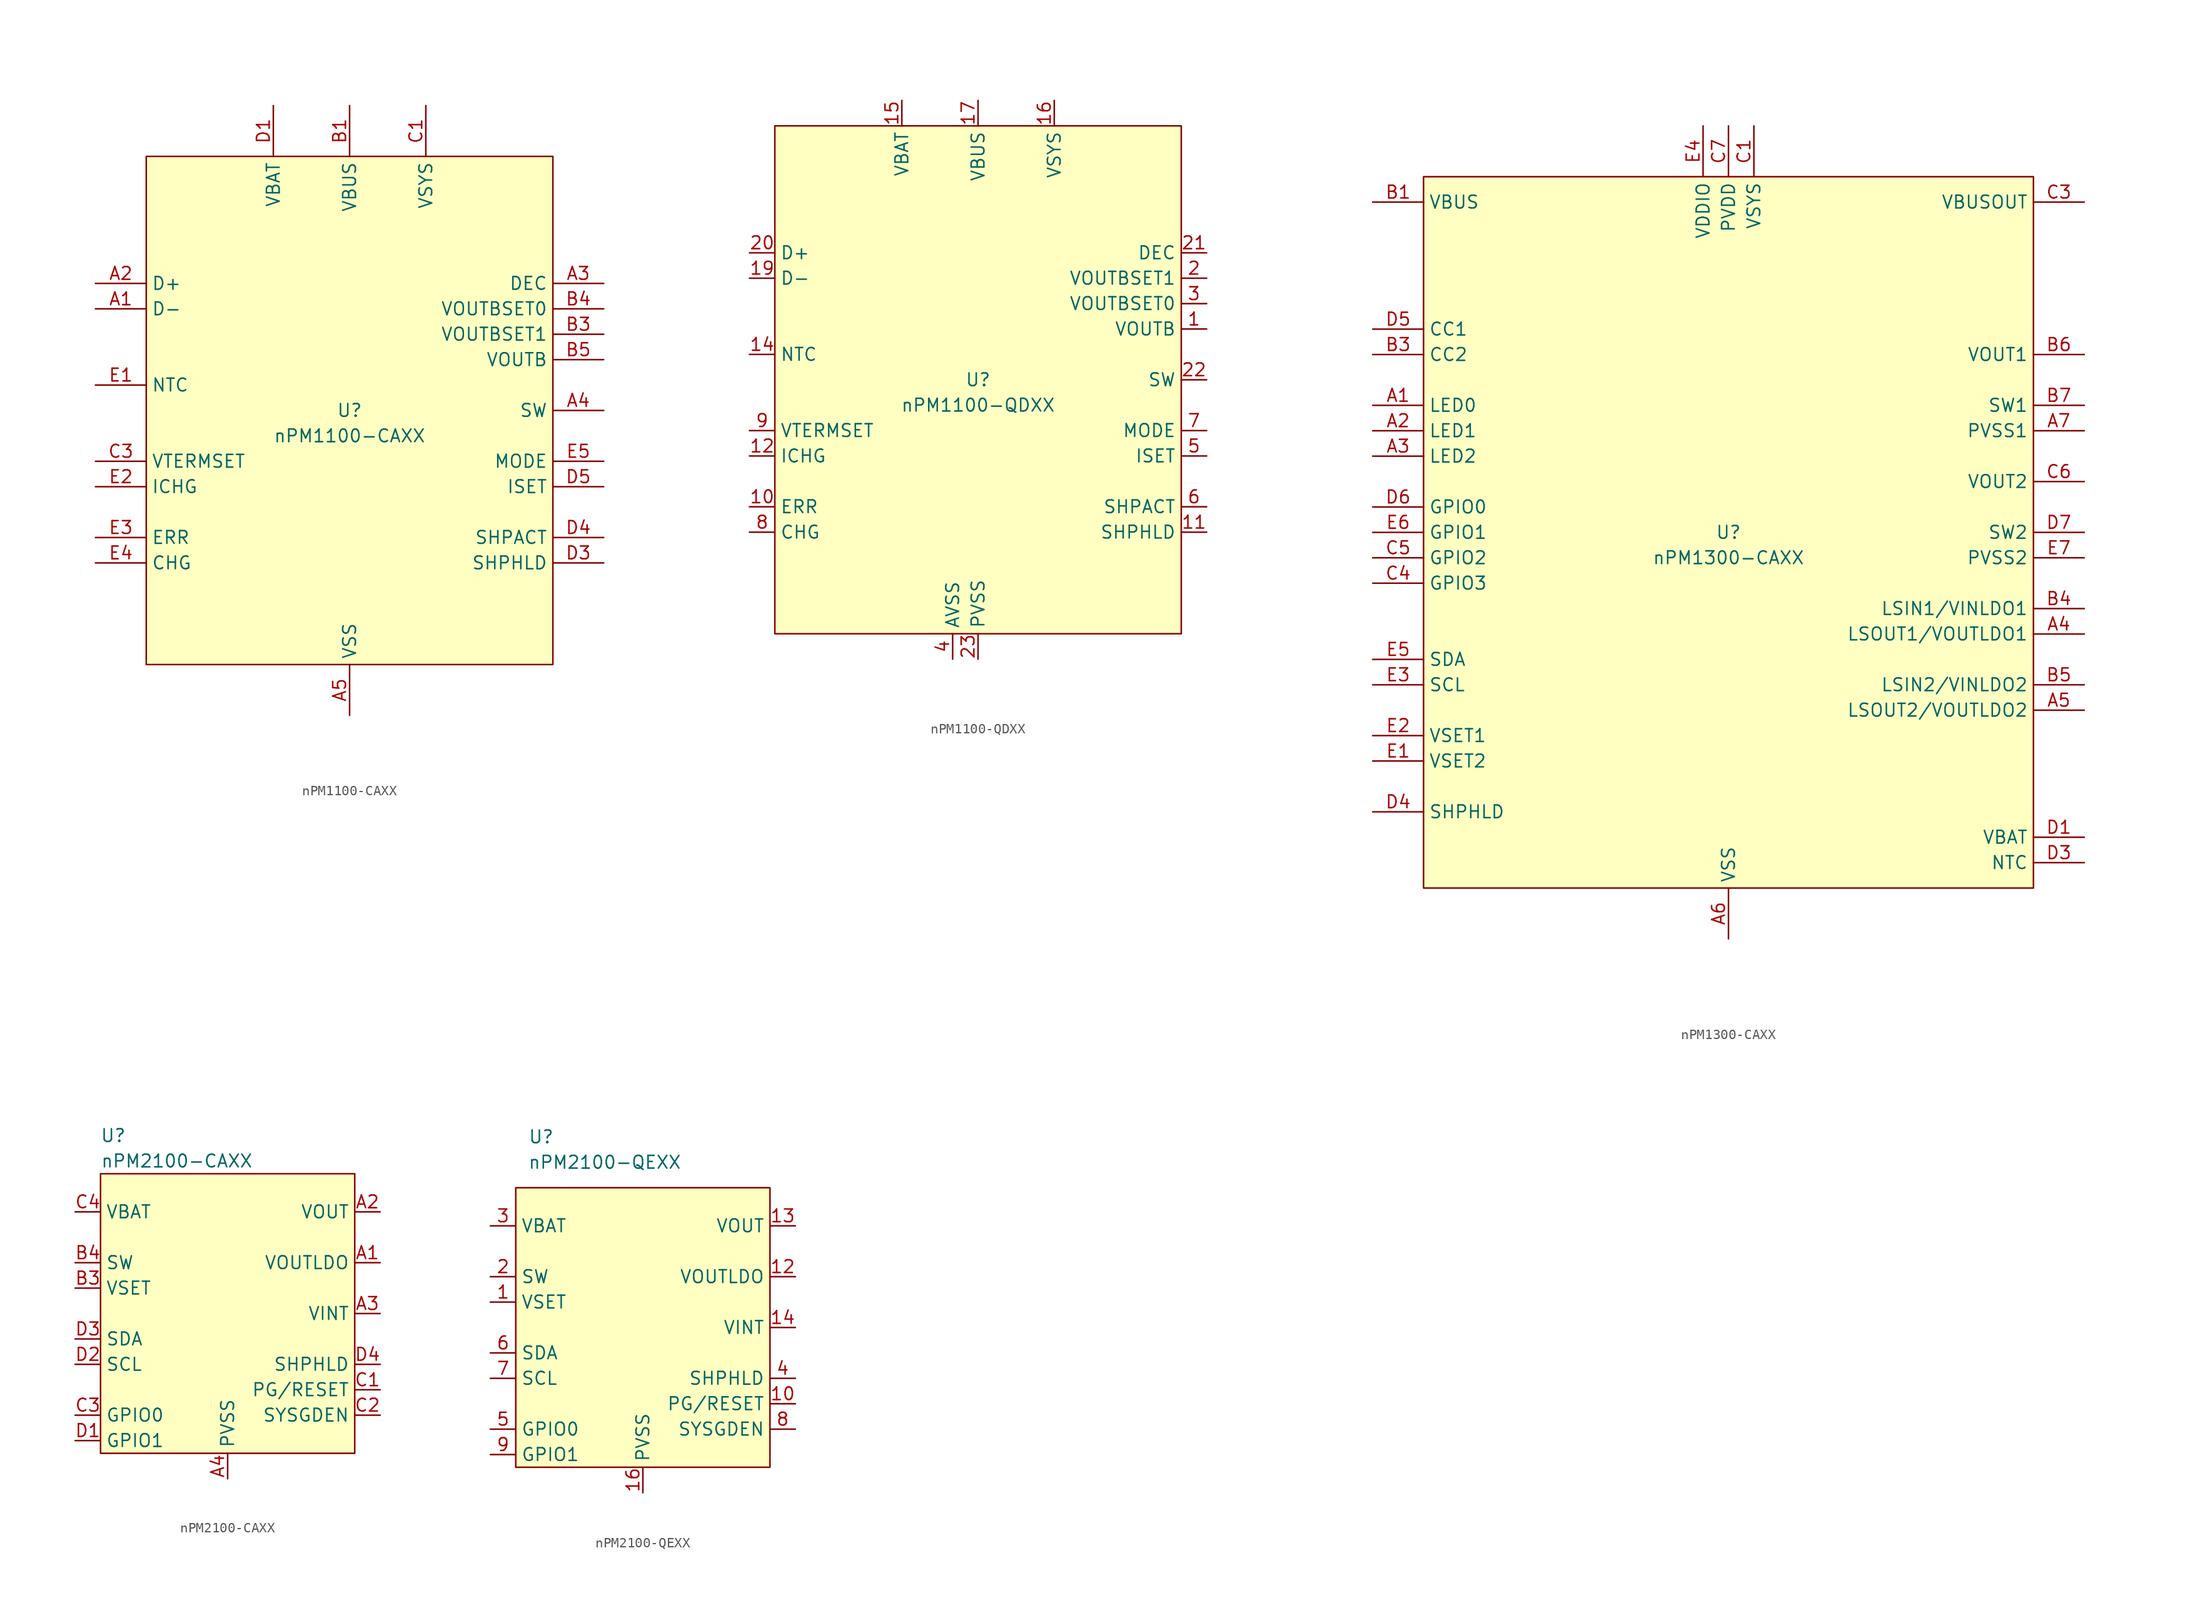
<source format=kicad_sym>
(kicad_symbol_lib
  (version 20241209)
  (generator "kicad_symbol_editor")
  (generator_version "9.0")
  (symbol "nPM1100-CAXX"
    (property "Reference" "U"
      (at 0 0 0)
      (do_not_autoplace)
      (effects (font (size 1.27 1.27))))
    (property "Value" "nPM1100-CAXX"
      (at 0 -2.54 0)
      (do_not_autoplace)
      (effects (font (size 1.27 1.27))))
    (symbol "nPM1100-CAXX_0_0"
      (pin bidirectional line (at -25.4 12.7 0) (length 5.08) (name "D+" (effects (font (size 1.27 1.27)))) (number "A2" (effects (font (size 1.27 1.27)))))
      (pin bidirectional line (at -25.4 10.16 0) (length 5.08) (name "D-" (effects (font (size 1.27 1.27)))) (number "A1" (effects (font (size 1.27 1.27)))))
      (pin passive line (at -25.4 2.54 0) (length 5.08) (name "NTC" (effects (font (size 1.27 1.27)))) (number "E1" (effects (font (size 1.27 1.27)))))
      (pin passive line (at -25.4 -5.08 0) (length 5.08) (name "VTERMSET" (effects (font (size 1.27 1.27)))) (number "C3" (effects (font (size 1.27 1.27)))))
      (pin passive line (at -25.4 -7.62 0) (length 5.08) (name "ICHG" (effects (font (size 1.27 1.27)))) (number "E2" (effects (font (size 1.27 1.27)))))
      (pin passive line (at -25.4 -12.7 0) (length 5.08) (name "ERR" (effects (font (size 1.27 1.27)))) (number "E3" (effects (font (size 1.27 1.27)))))
      (pin passive line (at -25.4 -15.24 0) (length 5.08) (name "CHG" (effects (font (size 1.27 1.27)))) (number "E4" (effects (font (size 1.27 1.27)))))
      (pin power_in line (at -7.62 30.48 270) (length 5.08) (name "VBAT" (effects (font (size 1.27 1.27)))) (number "D1" (effects (font (size 1.27 1.27)))))
      (pin power_in line (at 0 30.48 270) (length 5.08) (name "VBUS" (effects (font (size 1.27 1.27)))) (number "B1" (effects (font (size 1.27 1.27)))))
      (pin power_out line (at 7.62 30.48 270) (length 5.08) (name "VSYS" (effects (font (size 1.27 1.27)))) (number "C1" (effects (font (size 1.27 1.27)))))
      (pin passive line (at 25.4 12.7 180) (length 5.08) (name "DEC" (effects (font (size 1.27 1.27)))) (number "A3" (effects (font (size 1.27 1.27)))))
      (pin passive line (at 25.4 7.62 180) (length 5.08) (name "VOUTBSET1" (effects (font (size 1.27 1.27)))) (number "B3" (effects (font (size 1.27 1.27)))))
      (pin power_out line (at 25.4 5.08 180) (length 5.08) (name "VOUTB" (effects (font (size 1.27 1.27)))) (number "B5" (effects (font (size 1.27 1.27)))))
      (pin passive line (at 25.4 0 180) (length 5.08) (name "SW" (effects (font (size 1.27 1.27)))) (number "A4" (effects (font (size 1.27 1.27)))))
      (pin passive line (at 25.4 -5.08 180) (length 5.08) (name "MODE" (effects (font (size 1.27 1.27)))) (number "E5" (effects (font (size 1.27 1.27)))))
      (pin passive line (at 25.4 -7.62 180) (length 5.08) (name "ISET" (effects (font (size 1.27 1.27)))) (number "D5" (effects (font (size 1.27 1.27)))))
      (pin input line (at 25.4 -12.7 180) (length 5.08) (name "SHPACT" (effects (font (size 1.27 1.27)))) (number "D4" (effects (font (size 1.27 1.27)))))
      (pin input line (at 25.4 -15.24 180) (length 5.08) (name "SHPHLD" (effects (font (size 1.27 1.27)))) (number "D3" (effects (font (size 1.27 1.27))))))
    (symbol "nPM1100-CAXX_1_0"
      (pin passive line (at -7.62 30.48 270) (length 5.08) (hide yes) (name "VBAT" (effects (font (size 1.27 1.27)))) (number "D2" (effects (font (size 1.27 1.27)))))
      (pin passive line (at 0 30.48 270) (length 5.08) (hide yes) (name "VBUS" (effects (font (size 1.27 1.27)))) (number "B2" (effects (font (size 1.27 1.27)))))
      (pin power_in line (at 0 -30.48 90) (length 5.08) (name "VSS" (effects (font (size 1.27 1.27)))) (number "A5" (effects (font (size 1.27 1.27)))))
      (pin passive line (at 0 -30.48 90) (length 5.08) (hide yes) (name "AVSS" (effects (font (size 1.27 1.27)))) (number "C4" (effects (font (size 1.27 1.27)))))
      (pin passive line (at 0 -30.48 90) (length 5.08) (hide yes) (name "AVSS" (effects (font (size 1.27 1.27)))) (number "C5" (effects (font (size 1.27 1.27)))))
      (pin passive line (at 7.62 30.48 270) (length 5.08) (hide yes) (name "VSYS" (effects (font (size 1.27 1.27)))) (number "C2" (effects (font (size 1.27 1.27)))))
      (pin passive line (at 25.4 10.16 180) (length 5.08) (name "VOUTBSET0" (effects (font (size 1.27 1.27)))) (number "B4" (effects (font (size 1.27 1.27))))))
    (symbol "nPM1100-CAXX_1_1"
      (rectangle (start -20.32 25.4) (end 20.32 -25.4) (stroke (width 0) (type default)) (fill (type background)))))
  (symbol "nPM1100-QDXX"
    (property "Reference" "U"
      (at 0 0 0)
      (do_not_autoplace)
      (effects (font (size 1.27 1.27))))
    (property "Value" "nPM1100-QDXX"
      (at 0 -2.54 0)
      (do_not_autoplace)
      (effects (font (size 1.27 1.27))))
    (symbol "nPM1100-QDXX_0_0"
      (pin bidirectional line (at -22.86 12.7 0) (length 2.54) (name "D+" (effects (font (size 1.27 1.27)))) (number "20" (effects (font (size 1.27 1.27)))))
      (pin bidirectional line (at -22.86 10.16 0) (length 2.54) (name "D-" (effects (font (size 1.27 1.27)))) (number "19" (effects (font (size 1.27 1.27)))))
      (pin passive line (at -22.86 2.54 0) (length 2.54) (name "NTC" (effects (font (size 1.27 1.27)))) (number "14" (effects (font (size 1.27 1.27)))))
      (pin passive line (at -22.86 -5.08 0) (length 2.54) (name "VTERMSET" (effects (font (size 1.27 1.27)))) (number "9" (effects (font (size 1.27 1.27)))))
      (pin passive line (at -22.86 -7.62 0) (length 2.54) (name "ICHG" (effects (font (size 1.27 1.27)))) (number "12" (effects (font (size 1.27 1.27)))))
      (pin passive line (at -22.86 -12.7 0) (length 2.54) (name "ERR" (effects (font (size 1.27 1.27)))) (number "10" (effects (font (size 1.27 1.27)))))
      (pin passive line (at -22.86 -15.24 0) (length 2.54) (name "CHG" (effects (font (size 1.27 1.27)))) (number "8" (effects (font (size 1.27 1.27)))))
      (pin power_in line (at -7.62 27.94 270) (length 2.54) (name "VBAT" (effects (font (size 1.27 1.27)))) (number "15" (effects (font (size 1.27 1.27)))))
      (pin power_in line (at 0 27.94 270) (length 2.54) (name "VBUS" (effects (font (size 1.27 1.27)))) (number "17" (effects (font (size 1.27 1.27)))))
      (pin power_in line (at 0 -27.94 90) (length 2.54) (name "PVSS" (effects (font (size 1.27 1.27)))) (number "23" (effects (font (size 1.27 1.27)))))
      (pin power_out line (at 7.62 27.94 270) (length 2.54) (name "VSYS" (effects (font (size 1.27 1.27)))) (number "16" (effects (font (size 1.27 1.27)))))
      (pin passive line (at 22.86 12.7 180) (length 2.54) (name "DEC" (effects (font (size 1.27 1.27)))) (number "21" (effects (font (size 1.27 1.27)))))
      (pin passive line (at 22.86 10.16 180) (length 2.54) (name "VOUTBSET1" (effects (font (size 1.27 1.27)))) (number "2" (effects (font (size 1.27 1.27)))))
      (pin power_out line (at 22.86 5.08 180) (length 2.54) (name "VOUTB" (effects (font (size 1.27 1.27)))) (number "1" (effects (font (size 1.27 1.27)))))
      (pin passive line (at 22.86 0 180) (length 2.54) (name "SW" (effects (font (size 1.27 1.27)))) (number "22" (effects (font (size 1.27 1.27)))))
      (pin passive line (at 22.86 -5.08 180) (length 2.54) (name "MODE" (effects (font (size 1.27 1.27)))) (number "7" (effects (font (size 1.27 1.27)))))
      (pin passive line (at 22.86 -7.62 180) (length 2.54) (name "ISET" (effects (font (size 1.27 1.27)))) (number "5" (effects (font (size 1.27 1.27)))))
      (pin passive line (at 22.86 -12.7 180) (length 2.54) (name "SHPACT" (effects (font (size 1.27 1.27)))) (number "6" (effects (font (size 1.27 1.27)))))
      (pin passive line (at 22.86 -15.24 180) (length 2.54) (name "SHPHLD" (effects (font (size 1.27 1.27)))) (number "11" (effects (font (size 1.27 1.27))))))
    (symbol "nPM1100-QDXX_1_0"
      (pin passive line (at -2.54 -27.94 90) (length 2.54) (hide yes) (name "AVSS" (effects (font (size 1.27 1.27)))) (number "25" (effects (font (size 1.27 1.27)))))
      (pin power_in line (at -2.54 -27.94 90) (length 2.54) (name "AVSS" (effects (font (size 1.27 1.27)))) (number "4" (effects (font (size 1.27 1.27)))))
      (pin no_connect line (at 7.62 -25.4 90) (length 2.54) (hide yes) (name "NC" (effects (font (size 1.27 1.27)))) (number "24" (effects (font (size 1.27 1.27)))))
      (pin no_connect line (at 10.16 -25.4 90) (length 2.54) (hide yes) (name "NC" (effects (font (size 1.27 1.27)))) (number "13" (effects (font (size 1.27 1.27)))))
      (pin no_connect line (at 12.7 -25.4 90) (length 2.54) (hide yes) (name "NC" (effects (font (size 1.27 1.27)))) (number "18" (effects (font (size 1.27 1.27)))))
      (pin passive line (at 22.86 7.62 180) (length 2.54) (name "VOUTBSET0" (effects (font (size 1.27 1.27)))) (number "3" (effects (font (size 1.27 1.27))))))
    (symbol "nPM1100-QDXX_1_1"
      (rectangle (start -20.32 25.4) (end 20.32 -25.4) (stroke (width 0) (type default)) (fill (type background)))))
  (symbol "nPM1300-CAXX"
    (property "Reference" "U"
      (at 0 0 0)
      (do_not_autoplace)
      (effects (font (size 1.27 1.27))))
    (property "Value" "nPM1300-CAXX"
      (at 0 -2.54 0)
      (do_not_autoplace)
      (effects (font (size 1.27 1.27))))
    (symbol "nPM1300-CAXX_0_0"
      (pin bidirectional line (at -35.56 0 0) (length 5.08) (name "GPIO1" (effects (font (size 1.27 1.27)))) (number "E6" (effects (font (size 1.27 1.27)))))
      (pin bidirectional line (at -35.56 -2.54 0) (length 5.08) (name "GPIO2" (effects (font (size 1.27 1.27)))) (number "C5" (effects (font (size 1.27 1.27)))))
      (pin bidirectional line (at -35.56 -5.08 0) (length 5.08) (name "GPIO3" (effects (font (size 1.27 1.27)))) (number "C4" (effects (font (size 1.27 1.27))))))
    (symbol "nPM1300-CAXX_1_0"
      (pin power_in line (at -35.56 33.02 0) (length 5.08) (name "VBUS" (effects (font (size 1.27 1.27)))) (number "B1" (effects (font (size 1.27 1.27)))))
      (pin passive line (at -35.56 33.02 0) (length 5.08) (hide yes) (name "VBUS" (effects (font (size 1.27 1.27)))) (number "B2" (effects (font (size 1.27 1.27)))))
      (pin bidirectional line (at -35.56 20.32 0) (length 5.08) (name "CC1" (effects (font (size 1.27 1.27)))) (number "D5" (effects (font (size 1.27 1.27)))))
      (pin bidirectional line (at -35.56 17.78 0) (length 5.08) (name "CC2" (effects (font (size 1.27 1.27)))) (number "B3" (effects (font (size 1.27 1.27)))))
      (pin open_collector line (at -35.56 12.7 0) (length 5.08) (name "LED0" (effects (font (size 1.27 1.27)))) (number "A1" (effects (font (size 1.27 1.27)))))
      (pin open_collector line (at -35.56 10.16 0) (length 5.08) (name "LED1" (effects (font (size 1.27 1.27)))) (number "A2" (effects (font (size 1.27 1.27)))))
      (pin open_collector line (at -35.56 7.62 0) (length 5.08) (name "LED2" (effects (font (size 1.27 1.27)))) (number "A3" (effects (font (size 1.27 1.27)))))
      (pin bidirectional line (at -35.56 2.54 0) (length 5.08) (name "GPIO0" (effects (font (size 1.27 1.27)))) (number "D6" (effects (font (size 1.27 1.27)))))
      (pin bidirectional line (at -35.56 -12.7 0) (length 5.08) (name "SDA" (effects (font (size 1.27 1.27)))) (number "E5" (effects (font (size 1.27 1.27)))))
      (pin bidirectional line (at -35.56 -15.24 0) (length 5.08) (name "SCL" (effects (font (size 1.27 1.27)))) (number "E3" (effects (font (size 1.27 1.27)))))
      (pin passive line (at -35.56 -20.32 0) (length 5.08) (name "VSET1" (effects (font (size 1.27 1.27)))) (number "E2" (effects (font (size 1.27 1.27)))))
      (pin passive line (at -35.56 -22.86 0) (length 5.08) (name "VSET2" (effects (font (size 1.27 1.27)))) (number "E1" (effects (font (size 1.27 1.27)))))
      (pin passive line (at -35.56 -27.94 0) (length 5.08) (name "SHPHLD" (effects (font (size 1.27 1.27)))) (number "D4" (effects (font (size 1.27 1.27)))))
      (pin power_in line (at -2.54 40.64 270) (length 5.08) (name "VDDIO" (effects (font (size 1.27 1.27)))) (number "E4" (effects (font (size 1.27 1.27)))))
      (pin power_in line (at 0 40.64 270) (length 5.08) (name "PVDD" (effects (font (size 1.27 1.27)))) (number "C7" (effects (font (size 1.27 1.27)))))
      (pin power_in line (at 0 -40.64 90) (length 5.08) (name "VSS" (effects (font (size 1.27 1.27)))) (number "A6" (effects (font (size 1.27 1.27)))))
      (pin power_out line (at 2.54 40.64 270) (length 5.08) (name "VSYS" (effects (font (size 1.27 1.27)))) (number "C1" (effects (font (size 1.27 1.27)))))
      (pin passive line (at 2.54 40.64 270) (length 5.08) (hide yes) (name "VSYS" (effects (font (size 1.27 1.27)))) (number "C2" (effects (font (size 1.27 1.27)))))
      (pin power_out line (at 35.56 33.02 180) (length 5.08) (name "VBUSOUT" (effects (font (size 1.27 1.27)))) (number "C3" (effects (font (size 1.27 1.27)))))
      (pin power_out line (at 35.56 17.78 180) (length 5.08) (name "VOUT1" (effects (font (size 1.27 1.27)))) (number "B6" (effects (font (size 1.27 1.27)))))
      (pin passive line (at 35.56 12.7 180) (length 5.08) (name "SW1" (effects (font (size 1.27 1.27)))) (number "B7" (effects (font (size 1.27 1.27)))))
      (pin power_in line (at 35.56 10.16 180) (length 5.08) (name "PVSS1" (effects (font (size 1.27 1.27)))) (number "A7" (effects (font (size 1.27 1.27)))))
      (pin power_out line (at 35.56 5.08 180) (length 5.08) (name "VOUT2" (effects (font (size 1.27 1.27)))) (number "C6" (effects (font (size 1.27 1.27)))))
      (pin passive line (at 35.56 0 180) (length 5.08) (name "SW2" (effects (font (size 1.27 1.27)))) (number "D7" (effects (font (size 1.27 1.27)))))
      (pin power_in line (at 35.56 -2.54 180) (length 5.08) (name "PVSS2" (effects (font (size 1.27 1.27)))) (number "E7" (effects (font (size 1.27 1.27)))))
      (pin input line (at 35.56 -7.62 180) (length 5.08) (name "LSIN1/VINLDO1" (effects (font (size 1.27 1.27)))) (number "B4" (effects (font (size 1.27 1.27)))))
      (pin output line (at 35.56 -10.16 180) (length 5.08) (name "LSOUT1/VOUTLDO1" (effects (font (size 1.27 1.27)))) (number "A4" (effects (font (size 1.27 1.27)))))
      (pin input line (at 35.56 -15.24 180) (length 5.08) (name "LSIN2/VINLDO2" (effects (font (size 1.27 1.27)))) (number "B5" (effects (font (size 1.27 1.27)))))
      (pin output line (at 35.56 -17.78 180) (length 5.08) (name "LSOUT2/VOUTLDO2" (effects (font (size 1.27 1.27)))) (number "A5" (effects (font (size 1.27 1.27)))))
      (pin power_in line (at 35.56 -30.48 180) (length 5.08) (name "VBAT" (effects (font (size 1.27 1.27)))) (number "D1" (effects (font (size 1.27 1.27)))))
      (pin passive line (at 35.56 -30.48 180) (length 5.08) (hide yes) (name "VBAT" (effects (font (size 1.27 1.27)))) (number "D2" (effects (font (size 1.27 1.27)))))
      (pin passive line (at 35.56 -33.02 180) (length 5.08) (name "NTC" (effects (font (size 1.27 1.27)))) (number "D3" (effects (font (size 1.27 1.27))))))
    (symbol "nPM1300-CAXX_1_1"
      (rectangle (start -30.48 35.56) (end 30.48 -35.56) (stroke (width 0) (type default)) (fill (type background)))))
  (symbol "nPM2100-CAXX"
    (property "Reference" "U"
      (at -11.43 17.78 0)
      (effects (font (size 1.27 1.27))))
    (property "Value" "nPM2100-CAXX"
      (at -5.08 15.24 0)
      (effects (font (size 1.27 1.27))))
    (symbol "nPM2100-CAXX_0_0"
      (pin power_in line (at -15.24 10.16 0) (length 2.54) (name "VBAT" (effects (font (size 1.27 1.27)))) (number "C4" (effects (font (size 1.27 1.27)))))
      (pin passive line (at -15.24 5.08 0) (length 2.54) (name "SW" (effects (font (size 1.27 1.27)))) (number "B4" (effects (font (size 1.27 1.27)))))
      (pin input line (at -15.24 2.54 0) (length 2.54) (name "VSET" (effects (font (size 1.27 1.27)))) (number "B3" (effects (font (size 1.27 1.27)))))
      (pin bidirectional line (at -15.24 -10.16 0) (length 2.54) (name "GPIO0" (effects (font (size 1.27 1.27)))) (number "C3" (effects (font (size 1.27 1.27)))))
      (pin power_in line (at 0 -16.51 90) (length 2.54) (name "PVSS" (effects (font (size 1.27 1.27)))) (number "A4" (effects (font (size 1.27 1.27)))))
      (pin passive line (at 0 -16.51 90) (length 2.54) (hide yes) (name "AVSS1" (effects (font (size 1.27 1.27)))) (number "B1" (effects (font (size 1.27 1.27)))))
      (pin passive line (at 0 -16.51 90) (length 2.54) (hide yes) (name "AVSS2" (effects (font (size 1.27 1.27)))) (number "B2" (effects (font (size 1.27 1.27)))))
      (pin power_out line (at 15.24 10.16 180) (length 2.54) (name "VOUT" (effects (font (size 1.27 1.27)))) (number "A2" (effects (font (size 1.27 1.27)))))
      (pin passive line (at 15.24 0 180) (length 2.54) (name "VINT" (effects (font (size 1.27 1.27)))) (number "A3" (effects (font (size 1.27 1.27)))))
      (pin bidirectional line (at 15.24 -7.62 180) (length 2.54) (name "PG/RESET" (effects (font (size 1.27 1.27)))) (number "C1" (effects (font (size 1.27 1.27)))))
      (pin input line (at 15.24 -10.16 180) (length 2.54) (name "SYSGDEN" (effects (font (size 1.27 1.27)))) (number "C2" (effects (font (size 1.27 1.27))))))
    (symbol "nPM2100-CAXX_1_0"
      (pin bidirectional line (at -15.24 -2.54 0) (length 2.54) (name "SDA" (effects (font (size 1.27 1.27)))) (number "D3" (effects (font (size 1.27 1.27)))))
      (pin input line (at -15.24 -5.08 0) (length 2.54) (name "SCL" (effects (font (size 1.27 1.27)))) (number "D2" (effects (font (size 1.27 1.27)))))
      (pin bidirectional line (at -15.24 -12.7 0) (length 2.54) (name "GPIO1" (effects (font (size 1.27 1.27)))) (number "D1" (effects (font (size 1.27 1.27)))))
      (pin power_out line (at 15.24 5.08 180) (length 2.54) (name "VOUTLDO" (effects (font (size 1.27 1.27)))) (number "A1" (effects (font (size 1.27 1.27)))) (alternate "LSOUT" power_out line))
      (pin input line (at 15.24 -5.08 180) (length 2.54) (name "SHPHLD" (effects (font (size 1.27 1.27)))) (number "D4" (effects (font (size 1.27 1.27))))))
    (symbol "nPM2100-CAXX_1_1"
      (rectangle (start -12.7 13.97) (end 12.7 -13.97) (stroke (width 0) (type default)) (fill (type background)))))
  (symbol "nPM2100-QEXX"
    (property "Reference" "U"
      (at -10.16 19.05 0)
      (effects (font (size 1.27 1.27))))
    (property "Value" "nPM2100-QEXX"
      (at -3.81 16.51 0)
      (effects (font (size 1.27 1.27))))
    (symbol "nPM2100-QEXX_0_0"
      (pin power_in line (at -15.24 10.16 0) (length 2.54) (name "VBAT" (effects (font (size 1.27 1.27)))) (number "3" (effects (font (size 1.27 1.27)))))
      (pin passive line (at -15.24 5.08 0) (length 2.54) (name "SW" (effects (font (size 1.27 1.27)))) (number "2" (effects (font (size 1.27 1.27)))))
      (pin input line (at -15.24 2.54 0) (length 2.54) (name "VSET" (effects (font (size 1.27 1.27)))) (number "1" (effects (font (size 1.27 1.27)))))
      (pin bidirectional line (at -15.24 -2.54 0) (length 2.54) (name "SDA" (effects (font (size 1.27 1.27)))) (number "6" (effects (font (size 1.27 1.27)))))
      (pin input line (at -15.24 -5.08 0) (length 2.54) (name "SCL" (effects (font (size 1.27 1.27)))) (number "7" (effects (font (size 1.27 1.27)))))
      (pin bidirectional line (at -15.24 -10.16 0) (length 2.54) (name "GPIO0" (effects (font (size 1.27 1.27)))) (number "5" (effects (font (size 1.27 1.27)))))
      (pin bidirectional line (at -15.24 -12.7 0) (length 2.54) (name "GPIO1" (effects (font (size 1.27 1.27)))) (number "9" (effects (font (size 1.27 1.27)))))
      (pin power_in line (at 0 -16.51 90) (length 2.54) (hide yes) (name "AVSS2" (effects (font (size 1.27 1.27)))) (number "11" (effects (font (size 1.27 1.27)))))
      (pin power_in line (at 0 -16.51 90) (length 2.54) (name "PVSS" (effects (font (size 1.27 1.27)))) (number "16" (effects (font (size 1.27 1.27)))))
      (pin passive line (at 0 -16.51 90) (length 2.54) (hide yes) (name "EP" (effects (font (size 1.27 1.27)))) (number "17" (effects (font (size 1.27 1.27)))))
      (pin power_out line (at 15.24 10.16 180) (length 2.54) (name "VOUT" (effects (font (size 1.27 1.27)))) (number "13" (effects (font (size 1.27 1.27)))))
      (pin passive line (at 15.24 0 180) (length 2.54) (name "VINT" (effects (font (size 1.27 1.27)))) (number "14" (effects (font (size 1.27 1.27)))))
      (pin passive line (at 15.24 0 180) (length 2.54) (hide yes) (name "VINT" (effects (font (size 1.27 1.27)))) (number "15" (effects (font (size 1.27 1.27)))))
      (pin input line (at 15.24 -5.08 180) (length 2.54) (name "SHPHLD" (effects (font (size 1.27 1.27)))) (number "4" (effects (font (size 1.27 1.27)))))
      (pin bidirectional line (at 15.24 -7.62 180) (length 2.54) (name "PG/RESET" (effects (font (size 1.27 1.27)))) (number "10" (effects (font (size 1.27 1.27)))))
      (pin input line (at 15.24 -10.16 180) (length 2.54) (name "SYSGDEN" (effects (font (size 1.27 1.27)))) (number "8" (effects (font (size 1.27 1.27))))))
    (symbol "nPM2100-QEXX_1_0"
      (pin power_out line (at 15.24 5.08 180) (length 2.54) (name "VOUTLDO" (effects (font (size 1.27 1.27)))) (number "12" (effects (font (size 1.27 1.27)))) (alternate "LSOUT" power_out line)))
    (symbol "nPM2100-QEXX_1_1"
      (rectangle (start -12.7 13.97) (end 12.7 -13.97) (stroke (width 0) (type default)) (fill (type background))))))
</source>
